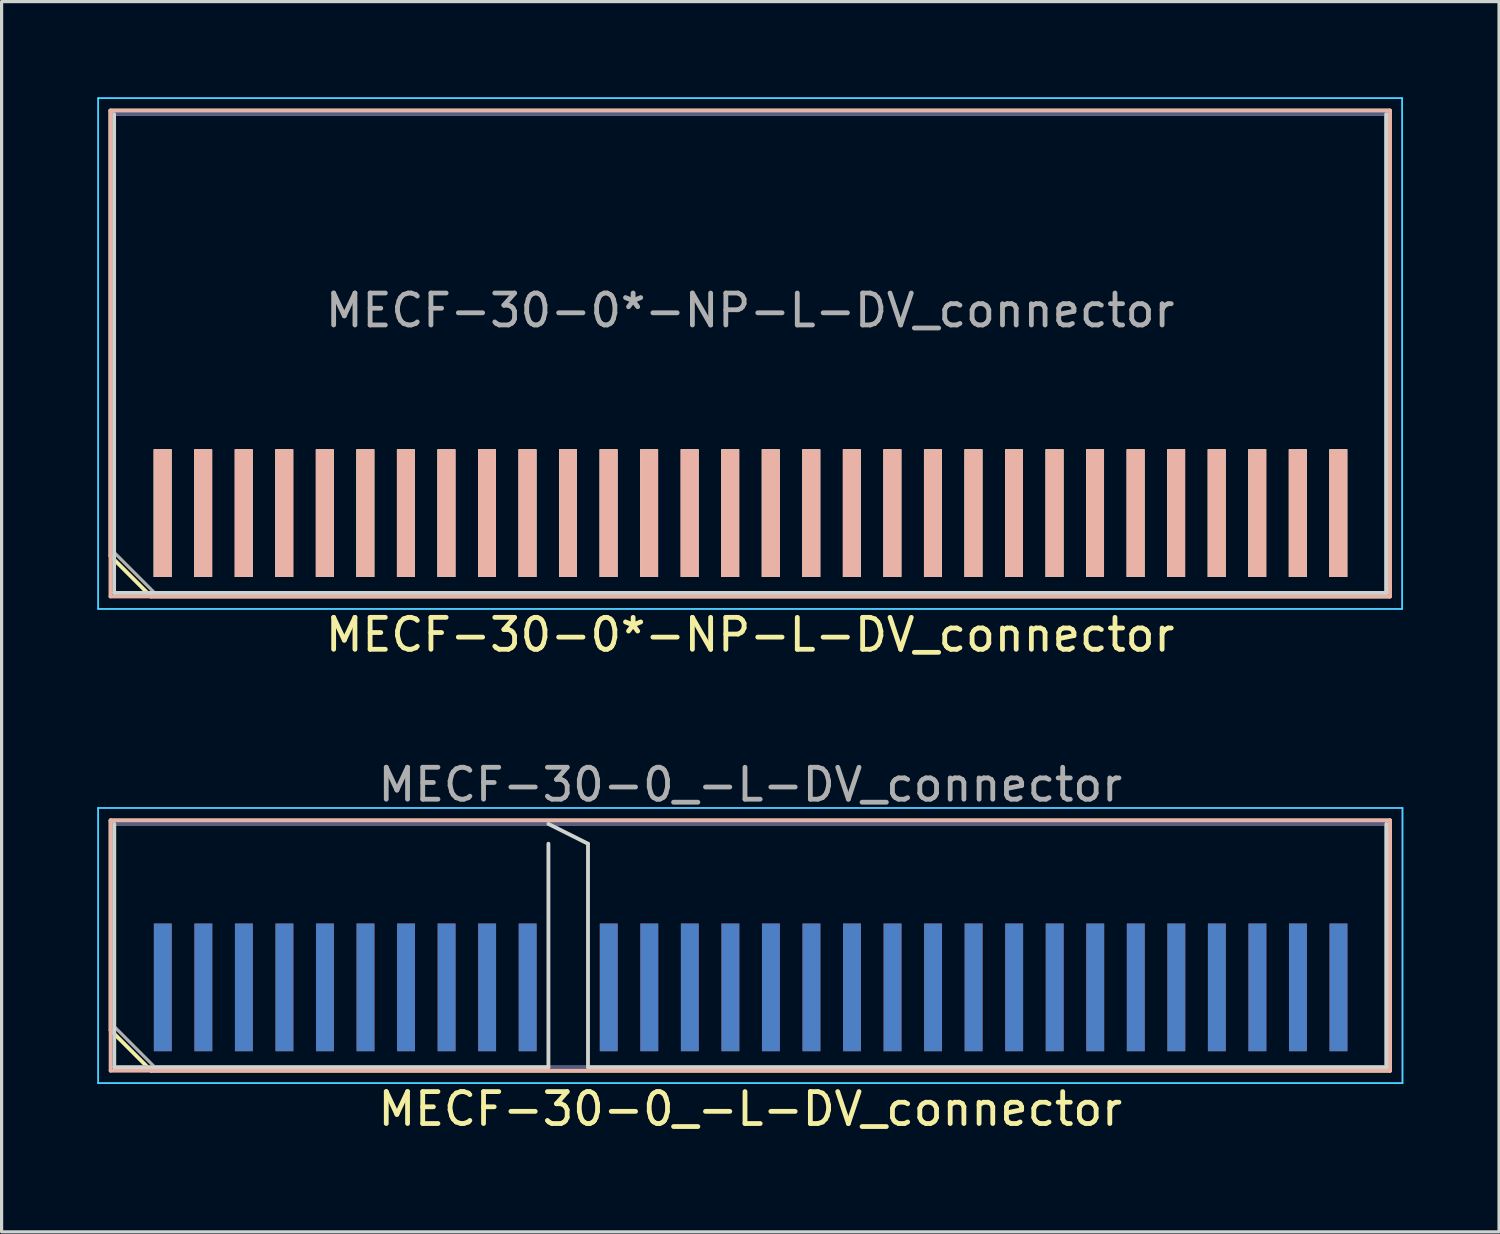
<source format=kicad_pcb>
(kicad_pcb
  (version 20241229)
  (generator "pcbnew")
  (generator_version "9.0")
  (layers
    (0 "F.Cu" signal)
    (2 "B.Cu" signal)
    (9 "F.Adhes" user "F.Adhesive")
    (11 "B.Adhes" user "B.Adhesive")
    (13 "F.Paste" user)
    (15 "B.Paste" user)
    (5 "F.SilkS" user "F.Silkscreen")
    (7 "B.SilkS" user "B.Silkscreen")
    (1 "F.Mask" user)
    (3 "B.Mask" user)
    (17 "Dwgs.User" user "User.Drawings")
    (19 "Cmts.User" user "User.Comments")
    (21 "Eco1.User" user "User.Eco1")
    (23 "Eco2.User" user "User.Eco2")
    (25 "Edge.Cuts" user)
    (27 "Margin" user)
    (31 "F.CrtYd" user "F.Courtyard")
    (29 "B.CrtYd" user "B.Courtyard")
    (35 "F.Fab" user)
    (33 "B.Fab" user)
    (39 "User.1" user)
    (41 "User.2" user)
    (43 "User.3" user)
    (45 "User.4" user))
  (footprint "MECF-30-0*-NP-L-DV_connector"
    (layer "F.Cu")
    (at 20.45 13.025)
    (property "Reference" "MECF-30-0*-NP-L-DV_connector" (at 0 3.81 0) (layer "F.SilkS") (effects (font (size 1 1) (thickness 0.15))))
    (attr smd)
    (fp_line (start -20.04 -12.61) (end 20.04 -12.61) (stroke (width 0.12) (type solid)) (layer "F.SilkS"))
    (fp_line (start -20.04 1.34) (end -20.04 -12.61) (stroke (width 0.12) (type solid)) (layer "F.SilkS"))
    (fp_line (start -18.77 2.61) (end -20.04 1.34) (stroke (width 0.12) (type solid)) (layer "F.SilkS"))
    (fp_line (start -18.77 2.61) (end 20.04 2.61) (stroke (width 0.12) (type solid)) (layer "F.SilkS"))
    (fp_line (start 20.04 2.61) (end 20.04 -12.61) (stroke (width 0.12) (type solid)) (layer "F.SilkS"))
    (fp_line (start -20.04 -12.61) (end 20.04 -12.61) (stroke (width 0.12) (type solid)) (layer "B.SilkS"))
    (fp_line (start -20.04 2.61) (end -20.04 -12.61) (stroke (width 0.12) (type solid)) (layer "B.SilkS"))
    (fp_line (start -20.04 2.61) (end 20.04 2.61) (stroke (width 0.12) (type solid)) (layer "B.SilkS"))
    (fp_line (start 20.04 2.61) (end 20.04 -12.61) (stroke (width 0.12) (type solid)) (layer "B.SilkS"))
    (fp_line (start -19.925 2.5) (end -19.925 -12.5) (stroke (width 0.12) (type solid)) (layer "Edge.Cuts"))
    (fp_line (start -19.925 2.5) (end 19.925 2.5) (stroke (width 0.12) (type solid)) (layer "Edge.Cuts"))
    (fp_line (start 19.925 2.5) (end 19.925 -12.5) (stroke (width 0.12) (type solid)) (layer "Edge.Cuts"))
    (fp_line (start -20.425 -13) (end -20.425 3) (stroke (width 0.05) (type solid)) (layer "B.CrtYd"))
    (fp_line (start -20.425 3) (end 20.425 3) (stroke (width 0.05) (type solid)) (layer "B.CrtYd"))
    (fp_line (start 20.425 -13) (end -20.425 -13) (stroke (width 0.05) (type solid)) (layer "B.CrtYd"))
    (fp_line (start 20.425 3) (end 20.425 -13) (stroke (width 0.05) (type solid)) (layer "B.CrtYd"))
    (fp_line (start -20.425 -13) (end -20.425 3) (stroke (width 0.05) (type solid)) (layer "F.CrtYd"))
    (fp_line (start -20.425 3) (end 20.425 3) (stroke (width 0.05) (type solid)) (layer "F.CrtYd"))
    (fp_line (start 20.425 -13) (end -20.425 -13) (stroke (width 0.05) (type solid)) (layer "F.CrtYd"))
    (fp_line (start 20.425 3) (end 20.425 -13) (stroke (width 0.05) (type solid)) (layer "F.CrtYd"))
    (fp_line (start -19.925 -12.5) (end 19.925 -12.5) (stroke (width 0.1) (type solid)) (layer "B.Fab"))
    (fp_line (start -19.925 2.5) (end -19.925 -12.5) (stroke (width 0.1) (type solid)) (layer "B.Fab"))
    (fp_line (start -19.925 2.5) (end 19.925 2.5) (stroke (width 0.1) (type solid)) (layer "B.Fab"))
    (fp_line (start 19.925 2.5) (end 19.925 -12.5) (stroke (width 0.1) (type solid)) (layer "B.Fab"))
    (fp_line (start -19.925 -12.5) (end 19.925 -12.5) (stroke (width 0.1) (type solid)) (layer "F.Fab"))
    (fp_line (start -19.925 1.23) (end -19.925 -12.5) (stroke (width 0.1) (type solid)) (layer "F.Fab"))
    (fp_line (start -19.925 1.23) (end -18.655 2.5) (stroke (width 0.1) (type solid)) (layer "F.Fab"))
    (fp_line (start -18.655 2.5) (end 19.925 2.5) (stroke (width 0.1) (type solid)) (layer "F.Fab"))
    (fp_line (start 19.925 2.5) (end 19.925 -12.5) (stroke (width 0.1) (type solid)) (layer "F.Fab"))
    (fp_text user "${REFERENCE}" (at 0 -6.35 0) (layer "F.Fab") (effects (font (size 1 1) (thickness 0.15))))
    (pad "1" smd rect (at -18.405 0) (size 0.56 4) (layers "F.Cu" "F.Mask" "F.SilkS"))
    (pad "2" smd rect (at -18.405 0) (size 0.56 4) (layers "B.Cu" "B.Mask" "B.SilkS"))
    (pad "3" smd rect (at -17.135 0) (size 0.56 4) (layers "F.Cu" "F.Mask" "F.SilkS"))
    (pad "4" smd rect (at -17.135 0) (size 0.56 4) (layers "B.Cu" "B.Mask" "B.SilkS"))
    (pad "5" smd rect (at -15.865 0) (size 0.56 4) (layers "F.Cu" "F.Mask" "F.SilkS"))
    (pad "6" smd rect (at -15.865 0) (size 0.56 4) (layers "B.Cu" "B.Mask" "B.SilkS"))
    (pad "7" smd rect (at -14.595 0) (size 0.56 4) (layers "F.Cu" "F.Mask" "F.SilkS"))
    (pad "8" smd rect (at -14.595 0) (size 0.56 4) (layers "B.Cu" "B.Mask" "B.SilkS"))
    (pad "9" smd rect (at -13.325 0) (size 0.56 4) (layers "F.Cu" "F.Mask" "F.SilkS"))
    (pad "10" smd rect (at -13.325 0) (size 0.56 4) (layers "B.Cu" "B.Mask" "B.SilkS"))
    (pad "11" smd rect (at -12.055 0) (size 0.56 4) (layers "F.Cu" "F.Mask" "F.SilkS"))
    (pad "12" smd rect (at -12.055 0) (size 0.56 4) (layers "B.Cu" "B.Mask" "B.SilkS"))
    (pad "13" smd rect (at -10.785 0) (size 0.56 4) (layers "F.Cu" "F.Mask" "F.SilkS"))
    (pad "14" smd rect (at -10.785 0) (size 0.56 4) (layers "B.Cu" "B.Mask" "B.SilkS"))
    (pad "15" smd rect (at -9.515 0) (size 0.56 4) (layers "F.Cu" "F.Mask" "F.SilkS"))
    (pad "16" smd rect (at -9.515 0) (size 0.56 4) (layers "B.Cu" "B.Mask" "B.SilkS"))
    (pad "17" smd rect (at -8.245 0) (size 0.56 4) (layers "F.Cu" "F.Mask" "F.SilkS"))
    (pad "18" smd rect (at -8.245 0) (size 0.56 4) (layers "B.Cu" "B.Mask" "B.SilkS"))
    (pad "19" smd rect (at -6.975 0) (size 0.56 4) (layers "F.Cu" "F.Mask" "F.SilkS"))
    (pad "20" smd rect (at -6.975 0) (size 0.56 4) (layers "B.Cu" "B.Mask" "B.SilkS"))
    (pad "21" smd rect (at -5.705 0) (size 0.56 4) (layers "F.Cu" "F.Mask" "F.SilkS"))
    (pad "22" smd rect (at -5.705 0) (size 0.56 4) (layers "B.Cu" "B.Mask" "B.SilkS"))
    (pad "23" smd rect (at -4.435 0) (size 0.56 4) (layers "F.Cu" "F.Mask" "F.SilkS"))
    (pad "24" smd rect (at -4.435 0) (size 0.56 4) (layers "B.Cu" "B.Mask" "B.SilkS"))
    (pad "25" smd rect (at -3.165 0) (size 0.56 4) (layers "F.Cu" "F.Mask" "F.SilkS"))
    (pad "26" smd rect (at -3.165 0) (size 0.56 4) (layers "B.Cu" "B.Mask" "B.SilkS"))
    (pad "27" smd rect (at -1.895 0) (size 0.56 4) (layers "F.Cu" "F.Mask" "F.SilkS"))
    (pad "28" smd rect (at -1.895 0) (size 0.56 4) (layers "B.Cu" "B.Mask" "B.SilkS"))
    (pad "29" smd rect (at -0.625 0) (size 0.56 4) (layers "F.Cu" "F.Mask" "F.SilkS"))
    (pad "30" smd rect (at -0.625 0) (size 0.56 4) (layers "B.Cu" "B.Mask" "B.SilkS"))
    (pad "31" smd rect (at 0.645 0) (size 0.56 4) (layers "F.Cu" "F.Mask" "F.SilkS"))
    (pad "32" smd rect (at 0.645 0) (size 0.56 4) (layers "B.Cu" "B.Mask" "B.SilkS"))
    (pad "33" smd rect (at 1.915 0) (size 0.56 4) (layers "F.Cu" "F.Mask" "F.SilkS"))
    (pad "34" smd rect (at 1.915 0) (size 0.56 4) (layers "B.Cu" "B.Mask" "B.SilkS"))
    (pad "35" smd rect (at 3.185 0) (size 0.56 4) (layers "F.Cu" "F.Mask" "F.SilkS"))
    (pad "36" smd rect (at 3.185 0) (size 0.56 4) (layers "B.Cu" "B.Mask" "B.SilkS"))
    (pad "37" smd rect (at 4.455 0) (size 0.56 4) (layers "F.Cu" "F.Mask" "F.SilkS"))
    (pad "38" smd rect (at 4.455 0) (size 0.56 4) (layers "B.Cu" "B.Mask" "B.SilkS"))
    (pad "39" smd rect (at 5.725 0) (size 0.56 4) (layers "F.Cu" "F.Mask" "F.SilkS"))
    (pad "40" smd rect (at 5.725 0) (size 0.56 4) (layers "B.Cu" "B.Mask" "B.SilkS"))
    (pad "41" smd rect (at 6.995 0) (size 0.56 4) (layers "F.Cu" "F.Mask" "F.SilkS"))
    (pad "42" smd rect (at 6.995 0) (size 0.56 4) (layers "B.Cu" "B.Mask" "B.SilkS"))
    (pad "43" smd rect (at 8.265 0) (size 0.56 4) (layers "F.Cu" "F.Mask" "F.SilkS"))
    (pad "44" smd rect (at 8.265 0) (size 0.56 4) (layers "B.Cu" "B.Mask" "B.SilkS"))
    (pad "45" smd rect (at 9.535 0) (size 0.56 4) (layers "F.Cu" "F.Mask" "F.SilkS"))
    (pad "46" smd rect (at 9.535 0) (size 0.56 4) (layers "B.Cu" "B.Mask" "B.SilkS"))
    (pad "47" smd rect (at 10.805 0) (size 0.56 4) (layers "F.Cu" "F.Mask" "F.SilkS"))
    (pad "48" smd rect (at 10.805 0) (size 0.56 4) (layers "B.Cu" "B.Mask" "B.SilkS"))
    (pad "49" smd rect (at 12.075 0) (size 0.56 4) (layers "F.Cu" "F.Mask" "F.SilkS"))
    (pad "50" smd rect (at 12.075 0) (size 0.56 4) (layers "B.Cu" "B.Mask" "B.SilkS"))
    (pad "51" smd rect (at 13.345 0) (size 0.56 4) (layers "F.Cu" "F.Mask" "F.SilkS"))
    (pad "52" smd rect (at 13.345 0) (size 0.56 4) (layers "B.Cu" "B.Mask" "B.SilkS"))
    (pad "53" smd rect (at 14.615 0) (size 0.56 4) (layers "F.Cu" "F.Mask" "F.SilkS"))
    (pad "54" smd rect (at 14.615 0) (size 0.56 4) (layers "B.Cu" "B.Mask" "B.SilkS"))
    (pad "55" smd rect (at 15.885 0) (size 0.56 4) (layers "F.Cu" "F.Mask" "F.SilkS"))
    (pad "56" smd rect (at 15.885 0) (size 0.56 4) (layers "B.Cu" "B.Mask" "B.SilkS"))
    (pad "57" smd rect (at 17.155 0) (size 0.56 4) (layers "F.Cu" "F.Mask" "F.SilkS"))
    (pad "58" smd rect (at 17.155 0) (size 0.56 4) (layers "B.Cu" "B.Mask" "B.SilkS"))
    (pad "59" smd rect (at 18.425 0) (size 0.56 4) (layers "F.Cu" "F.Mask" "F.SilkS"))
    (pad "60" smd rect (at 18.425 0) (size 0.56 4) (layers "B.Cu" "B.Mask" "B.SilkS")))
  (footprint "MECF-30-0_-L-DV_connector"
    (layer "F.Cu")
    (at 20.455 27.881)
    (property "Reference" "MECF-30-0_-L-DV_connector" (at 0 3.81 0) (layer "F.SilkS") (effects (font (size 1 1) (thickness 0.15))))
    (attr smd)
    (fp_line (start -20.04 -5.23) (end 20.04 -5.23) (stroke (width 0.12) (type solid)) (layer "F.SilkS"))
    (fp_line (start -20.04 1.34) (end -20.04 -5.23) (stroke (width 0.12) (type solid)) (layer "F.SilkS"))
    (fp_line (start -18.77 2.61) (end -20.04 1.34) (stroke (width 0.12) (type solid)) (layer "F.SilkS"))
    (fp_line (start -18.77 2.61) (end 20.04 2.61) (stroke (width 0.12) (type solid)) (layer "F.SilkS"))
    (fp_line (start 20.04 2.61) (end 20.04 -5.23) (stroke (width 0.12) (type solid)) (layer "F.SilkS"))
    (fp_line (start -20.04 -5.23) (end 20.04 -5.23) (stroke (width 0.12) (type solid)) (layer "B.SilkS"))
    (fp_line (start -20.04 2.61) (end -20.04 -5.23) (stroke (width 0.12) (type solid)) (layer "B.SilkS"))
    (fp_line (start -20.04 2.61) (end 20.04 2.61) (stroke (width 0.12) (type solid)) (layer "B.SilkS"))
    (fp_line (start 20.04 2.61) (end 20.04 -5.23) (stroke (width 0.12) (type solid)) (layer "B.SilkS"))
    (fp_line (start -19.925 2.5) (end -19.925 -5.12) (stroke (width 0.12) (type solid)) (layer "Edge.Cuts"))
    (fp_line (start -19.925 2.5) (end -6.325 2.5) (stroke (width 0.12) (type solid)) (layer "Edge.Cuts"))
    (fp_line (start -6.325 -5.12) (end -5.085 -4.5) (stroke (width 0.12) (type solid)) (layer "Edge.Cuts"))
    (fp_line (start -6.325 2.5) (end -6.325 -4.5) (stroke (width 0.12) (type solid)) (layer "Edge.Cuts"))
    (fp_line (start -5.085 2.5) (end -5.085 -4.5) (stroke (width 0.12) (type solid)) (layer "Edge.Cuts"))
    (fp_line (start -5.085 2.5) (end 19.925 2.5) (stroke (width 0.12) (type solid)) (layer "Edge.Cuts"))
    (fp_line (start 19.925 2.5) (end 19.925 -5.12) (stroke (width 0.12) (type solid)) (layer "Edge.Cuts"))
    (fp_line (start -20.43 -5.62) (end -20.43 3) (stroke (width 0.05) (type solid)) (layer "B.CrtYd"))
    (fp_line (start -20.43 3) (end 20.43 3) (stroke (width 0.05) (type solid)) (layer "B.CrtYd"))
    (fp_line (start 20.43 -5.62) (end -20.43 -5.62) (stroke (width 0.05) (type solid)) (layer "B.CrtYd"))
    (fp_line (start 20.43 3) (end 20.43 -5.62) (stroke (width 0.05) (type solid)) (layer "B.CrtYd"))
    (fp_line (start -20.43 -5.62) (end -20.43 3) (stroke (width 0.05) (type solid)) (layer "F.CrtYd"))
    (fp_line (start -20.43 3) (end 20.43 3) (stroke (width 0.05) (type solid)) (layer "F.CrtYd"))
    (fp_line (start 20.43 -5.62) (end -20.43 -5.62) (stroke (width 0.05) (type solid)) (layer "F.CrtYd"))
    (fp_line (start 20.43 3) (end 20.43 -5.62) (stroke (width 0.05) (type solid)) (layer "F.CrtYd"))
    (fp_line (start -19.925 -5.12) (end 19.925 -5.12) (stroke (width 0.1) (type solid)) (layer "B.Fab"))
    (fp_line (start -19.925 2.5) (end -19.925 -5.12) (stroke (width 0.1) (type solid)) (layer "B.Fab"))
    (fp_line (start -19.925 2.5) (end 19.925 2.5) (stroke (width 0.1) (type solid)) (layer "B.Fab"))
    (fp_line (start 19.925 2.5) (end 19.925 -5.12) (stroke (width 0.1) (type solid)) (layer "B.Fab"))
    (fp_line (start -19.925 -5.12) (end 19.925 -5.12) (stroke (width 0.1) (type solid)) (layer "F.Fab"))
    (fp_line (start -19.925 1.23) (end -19.925 -5.12) (stroke (width 0.1) (type solid)) (layer "F.Fab"))
    (fp_line (start -19.925 1.23) (end -18.655 2.5) (stroke (width 0.1) (type solid)) (layer "F.Fab"))
    (fp_line (start -18.655 2.5) (end 19.925 2.5) (stroke (width 0.1) (type solid)) (layer "F.Fab"))
    (fp_line (start 19.925 2.5) (end 19.925 -5.12) (stroke (width 0.1) (type solid)) (layer "F.Fab"))
    (fp_text user "${REFERENCE}" (at 0 -6.35 0) (layer "F.Fab") (effects (font (size 1 1) (thickness 0.15))))
    (pad "1" smd rect (at -18.405 0) (size 0.56 4) (layers "F.Cu" "F.Mask" "F.Paste"))
    (pad "2" smd rect (at -18.405 0) (size 0.56 4) (layers "B.Cu" "B.Mask" "B.Paste"))
    (pad "3" smd rect (at -17.135 0) (size 0.56 4) (layers "F.Cu" "F.Mask" "F.Paste"))
    (pad "4" smd rect (at -17.135 0) (size 0.56 4) (layers "B.Cu" "B.Mask" "B.Paste"))
    (pad "5" smd rect (at -15.865 0) (size 0.56 4) (layers "F.Cu" "F.Mask" "F.Paste"))
    (pad "6" smd rect (at -15.865 0) (size 0.56 4) (layers "B.Cu" "B.Mask" "B.Paste"))
    (pad "7" smd rect (at -14.595 0) (size 0.56 4) (layers "F.Cu" "F.Mask" "F.Paste"))
    (pad "8" smd rect (at -14.595 0) (size 0.56 4) (layers "B.Cu" "B.Mask" "B.Paste"))
    (pad "9" smd rect (at -13.325 0) (size 0.56 4) (layers "F.Cu" "F.Mask" "F.Paste"))
    (pad "10" smd rect (at -13.325 0) (size 0.56 4) (layers "B.Cu" "B.Mask" "B.Paste"))
    (pad "11" smd rect (at -12.055 0) (size 0.56 4) (layers "F.Cu" "F.Mask" "F.Paste"))
    (pad "12" smd rect (at -12.055 0) (size 0.56 4) (layers "B.Cu" "B.Mask" "B.Paste"))
    (pad "13" smd rect (at -10.785 0) (size 0.56 4) (layers "F.Cu" "F.Mask" "F.Paste"))
    (pad "14" smd rect (at -10.785 0) (size 0.56 4) (layers "B.Cu" "B.Mask" "B.Paste"))
    (pad "15" smd rect (at -9.515 0) (size 0.56 4) (layers "F.Cu" "F.Mask" "F.Paste"))
    (pad "16" smd rect (at -9.515 0) (size 0.56 4) (layers "B.Cu" "B.Mask" "B.Paste"))
    (pad "17" smd rect (at -8.245 0) (size 0.56 4) (layers "F.Cu" "F.Mask" "F.Paste"))
    (pad "18" smd rect (at -8.245 0) (size 0.56 4) (layers "B.Cu" "B.Mask" "B.Paste"))
    (pad "19" smd rect (at -6.975 0) (size 0.56 4) (layers "F.Cu" "F.Mask" "F.Paste"))
    (pad "20" smd rect (at -6.975 0) (size 0.56 4) (layers "B.Cu" "B.Mask" "B.Paste"))
    (pad "23" smd rect (at -4.435 0) (size 0.56 4) (layers "F.Cu" "F.Mask" "F.Paste"))
    (pad "24" smd rect (at -4.435 0) (size 0.56 4) (layers "B.Cu" "B.Mask" "B.Paste"))
    (pad "25" smd rect (at -3.165 0) (size 0.56 4) (layers "F.Cu" "F.Mask" "F.Paste"))
    (pad "26" smd rect (at -3.165 0) (size 0.56 4) (layers "B.Cu" "B.Mask" "B.Paste"))
    (pad "27" smd rect (at -1.895 0) (size 0.56 4) (layers "F.Cu" "F.Mask" "F.Paste"))
    (pad "28" smd rect (at -1.895 0) (size 0.56 4) (layers "B.Cu" "B.Mask" "B.Paste"))
    (pad "29" smd rect (at -0.625 0) (size 0.56 4) (layers "F.Cu" "F.Mask" "F.Paste"))
    (pad "30" smd rect (at -0.625 0) (size 0.56 4) (layers "B.Cu" "B.Mask" "B.Paste"))
    (pad "31" smd rect (at 0.645 0) (size 0.56 4) (layers "F.Cu" "F.Mask" "F.Paste"))
    (pad "32" smd rect (at 0.645 0) (size 0.56 4) (layers "B.Cu" "B.Mask" "B.Paste"))
    (pad "33" smd rect (at 1.915 0) (size 0.56 4) (layers "F.Cu" "F.Mask" "F.Paste"))
    (pad "34" smd rect (at 1.915 0) (size 0.56 4) (layers "B.Cu" "B.Mask" "B.Paste"))
    (pad "35" smd rect (at 3.185 0) (size 0.56 4) (layers "F.Cu" "F.Mask" "F.Paste"))
    (pad "36" smd rect (at 3.185 0) (size 0.56 4) (layers "B.Cu" "B.Mask" "B.Paste"))
    (pad "37" smd rect (at 4.455 0) (size 0.56 4) (layers "F.Cu" "F.Mask" "F.Paste"))
    (pad "38" smd rect (at 4.455 0) (size 0.56 4) (layers "B.Cu" "B.Mask" "B.Paste"))
    (pad "39" smd rect (at 5.725 0) (size 0.56 4) (layers "F.Cu" "F.Mask" "F.Paste"))
    (pad "40" smd rect (at 5.725 0) (size 0.56 4) (layers "B.Cu" "B.Mask" "B.Paste"))
    (pad "41" smd rect (at 6.995 0) (size 0.56 4) (layers "F.Cu" "F.Mask" "F.Paste"))
    (pad "42" smd rect (at 6.995 0) (size 0.56 4) (layers "B.Cu" "B.Mask" "B.Paste"))
    (pad "43" smd rect (at 8.265 0) (size 0.56 4) (layers "F.Cu" "F.Mask" "F.Paste"))
    (pad "44" smd rect (at 8.265 0) (size 0.56 4) (layers "B.Cu" "B.Mask" "B.Paste"))
    (pad "45" smd rect (at 9.535 0) (size 0.56 4) (layers "F.Cu" "F.Mask" "F.Paste"))
    (pad "46" smd rect (at 9.535 0) (size 0.56 4) (layers "B.Cu" "B.Mask" "B.Paste"))
    (pad "47" smd rect (at 10.805 0) (size 0.56 4) (layers "F.Cu" "F.Mask" "F.Paste"))
    (pad "48" smd rect (at 10.805 0) (size 0.56 4) (layers "B.Cu" "B.Mask" "B.Paste"))
    (pad "49" smd rect (at 12.075 0) (size 0.56 4) (layers "F.Cu" "F.Mask" "F.Paste"))
    (pad "50" smd rect (at 12.075 0) (size 0.56 4) (layers "B.Cu" "B.Mask" "B.Paste"))
    (pad "51" smd rect (at 13.345 0) (size 0.56 4) (layers "F.Cu" "F.Mask" "F.Paste"))
    (pad "52" smd rect (at 13.345 0) (size 0.56 4) (layers "B.Cu" "B.Mask" "B.Paste"))
    (pad "53" smd rect (at 14.615 0) (size 0.56 4) (layers "F.Cu" "F.Mask" "F.Paste"))
    (pad "54" smd rect (at 14.615 0) (size 0.56 4) (layers "B.Cu" "B.Mask" "B.Paste"))
    (pad "55" smd rect (at 15.885 0) (size 0.56 4) (layers "F.Cu" "F.Mask" "F.Paste"))
    (pad "56" smd rect (at 15.885 0) (size 0.56 4) (layers "B.Cu" "B.Mask" "B.Paste"))
    (pad "57" smd rect (at 17.155 0) (size 0.56 4) (layers "F.Cu" "F.Mask" "F.Paste"))
    (pad "58" smd rect (at 17.155 0) (size 0.56 4) (layers "B.Cu" "B.Mask" "B.Paste"))
    (pad "59" smd rect (at 18.425 0) (size 0.56 4) (layers "F.Cu" "F.Mask" "F.Paste"))
    (pad "60" smd rect (at 18.425 0) (size 0.56 4) (layers "B.Cu" "B.Mask" "B.Paste")))
  (gr_rect
    (start -3 -3)
    (end 43.91 35.54)
    (stroke (width 0.1) (type default))
    (fill no)
    (layer "Edge.Cuts")))
</source>
